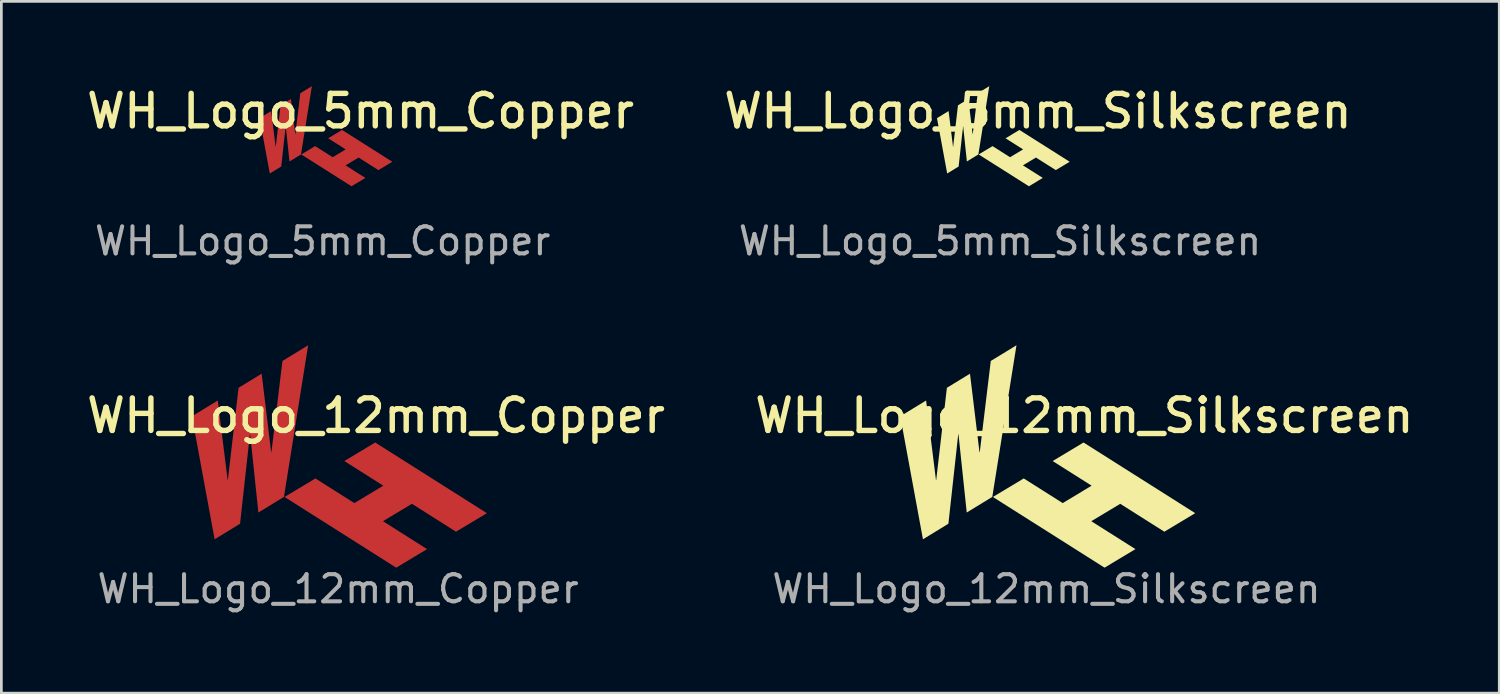
<source format=kicad_pcb>
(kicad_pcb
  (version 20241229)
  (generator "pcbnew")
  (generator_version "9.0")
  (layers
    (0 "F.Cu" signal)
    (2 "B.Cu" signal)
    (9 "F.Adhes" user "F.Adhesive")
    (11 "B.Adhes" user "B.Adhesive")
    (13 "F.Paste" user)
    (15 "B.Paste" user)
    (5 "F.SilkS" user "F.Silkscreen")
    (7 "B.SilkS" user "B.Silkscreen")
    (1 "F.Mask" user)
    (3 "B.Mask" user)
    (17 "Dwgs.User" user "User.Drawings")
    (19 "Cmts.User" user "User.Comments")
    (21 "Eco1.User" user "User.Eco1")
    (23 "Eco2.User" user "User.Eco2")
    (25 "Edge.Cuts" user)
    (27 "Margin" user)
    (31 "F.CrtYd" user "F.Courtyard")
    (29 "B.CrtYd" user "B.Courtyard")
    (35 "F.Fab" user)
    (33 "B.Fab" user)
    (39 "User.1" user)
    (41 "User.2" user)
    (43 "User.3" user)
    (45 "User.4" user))
  (footprint "WH_Logo_12mm_Copper"
    (layer "F.Cu")
    (at 9.437 13.301)
    (property "Reference" "WH_Logo_12mm_Copper" (at 1.4 -1 0) (unlocked yes) (layer "F.SilkS") (effects (font (size 1.2 1.2) (thickness 0.2))))
    (attr smd)
    (fp_poly (pts (xy 5.494 2.601) (xy 4.354 3.286) (xy 2.725 2.255) (xy 1.657 2.898) (xy 3.286 3.929) (xy 2.146 4.614) (xy -1.978 2.003) (xy -0.839 1.318) (xy 0.6 2.229) (xy 1.668 1.586) (xy 0.23 0.676) (xy 1.369 -0.009)) (stroke (width 0) (type solid)) (fill yes) (layer "F.Cu"))
    (fp_poly (pts (xy -2 2) (xy -2.944 2.577) (xy -3.249 -0.316) (xy -3.258 -0.311) (xy -3.621 2.991) (xy -4.561 3.566) (xy -5.398 -0.977) (xy -4.445 -1.559) (xy -4.08 1.381) (xy -4.071 1.376) (xy -3.677 -2.029) (xy -2.824 -2.55) (xy -2.472 0.357) (xy -2.463 0.351) (xy -2.056 -3.02) (xy -1.107 -3.6)) (stroke (width 0) (type solid)) (fill yes) (layer "F.Cu"))
    (fp_text user "${REFERENCE}" (at 0 5.4 0) (unlocked yes) (layer "F.Fab") (effects (font (size 1 1) (thickness 0.15)))))
  (footprint "WH_Logo_12mm_Silkscreen"
    (layer "F.Cu")
    (at 35.597 13.301)
    (property "Reference" "WH_Logo_12mm_Silkscreen" (at 1.4 -1 0) (unlocked yes) (layer "F.SilkS") (effects (font (size 1.2 1.2) (thickness 0.2))))
    (attr smd)
    (fp_poly (pts (xy 5.494 2.601) (xy 4.354 3.286) (xy 2.725 2.255) (xy 1.657 2.898) (xy 3.286 3.929) (xy 2.146 4.614) (xy -1.978 2.003) (xy -0.839 1.318) (xy 0.6 2.229) (xy 1.668 1.586) (xy 0.23 0.676) (xy 1.369 -0.009)) (stroke (width 0) (type solid)) (fill yes) (layer "F.SilkS"))
    (fp_poly (pts (xy -2 2) (xy -2.944 2.577) (xy -3.249 -0.316) (xy -3.258 -0.311) (xy -3.621 2.991) (xy -4.561 3.566) (xy -5.398 -0.977) (xy -4.445 -1.559) (xy -4.08 1.381) (xy -4.071 1.376) (xy -3.677 -2.029) (xy -2.824 -2.55) (xy -2.472 0.357) (xy -2.463 0.351) (xy -2.056 -3.02) (xy -1.107 -3.6)) (stroke (width 0) (type solid)) (fill yes) (layer "F.SilkS"))
    (fp_text user "${REFERENCE}" (at 0 5.4 0) (unlocked yes) (layer "F.Fab") (effects (font (size 1 1) (thickness 0.15)))))
  (footprint "WH_Logo_5mm_Copper"
    (layer "F.Cu")
    (at 8.866 2.053)
    (property "Reference" "WH_Logo_5mm_Copper" (at 1.4 -1 0) (unlocked yes) (layer "F.SilkS") (effects (font (size 1.2 1.2) (thickness 0.2))))
    (attr smd)
    (fp_poly (pts (xy 2.572 0.871) (xy 2.059 1.179) (xy 1.326 0.715) (xy 0.845 1.004) (xy 1.579 1.468) (xy 1.066 1.776) (xy -0.79 0.601) (xy -0.277 0.293) (xy 0.37 0.703) (xy 0.851 0.414) (xy 0.203 0.004) (xy 0.716 -0.304)) (stroke (width 0) (type solid)) (fill yes) (layer "F.Cu"))
    (fp_poly (pts (xy -0.8 0.6) (xy -1.225 0.86) (xy -1.362 -0.442) (xy -1.366 -0.44) (xy -1.529 1.046) (xy -1.952 1.304) (xy -2.329 -0.74) (xy -1.9 -1.002) (xy -1.736 0.322) (xy -1.732 0.319) (xy -1.554 -1.213) (xy -1.171 -1.448) (xy -1.012 -0.139) (xy -1.008 -0.142) (xy -0.825 -1.659) (xy -0.398 -1.92)) (stroke (width 0) (type solid)) (fill yes) (layer "F.Cu"))
    (fp_text user "${REFERENCE}" (at 0 3.8 0) (unlocked yes) (layer "F.Fab") (effects (font (size 1 1) (thickness 0.15)))))
  (footprint "WH_Logo_5mm_Silkscreen"
    (layer "F.Cu")
    (at 33.883 2.053)
    (property "Reference" "WH_Logo_5mm_Silkscreen" (at 1.4 -1 0) (unlocked yes) (layer "F.SilkS") (effects (font (size 1.2 1.2) (thickness 0.2))))
    (attr smd)
    (fp_poly (pts (xy 2.572 0.871) (xy 2.059 1.179) (xy 1.326 0.715) (xy 0.845 1.004) (xy 1.579 1.468) (xy 1.066 1.776) (xy -0.79 0.601) (xy -0.277 0.293) (xy 0.37 0.703) (xy 0.851 0.414) (xy 0.203 0.004) (xy 0.716 -0.304)) (stroke (width 0) (type solid)) (fill yes) (layer "F.SilkS"))
    (fp_poly (pts (xy -0.8 0.6) (xy -1.225 0.86) (xy -1.362 -0.442) (xy -1.366 -0.44) (xy -1.529 1.046) (xy -1.952 1.304) (xy -2.329 -0.74) (xy -1.9 -1.002) (xy -1.736 0.322) (xy -1.732 0.319) (xy -1.554 -1.213) (xy -1.171 -1.448) (xy -1.012 -0.139) (xy -1.008 -0.142) (xy -0.825 -1.659) (xy -0.398 -1.92)) (stroke (width 0) (type solid)) (fill yes) (layer "F.SilkS"))
    (fp_text user "${REFERENCE}" (at 0 3.8 0) (unlocked yes) (layer "F.Fab") (effects (font (size 1 1) (thickness 0.15)))))
  (gr_rect
    (start -3 -3)
    (end 52.32 22.549)
    (stroke (width 0.1) (type default))
    (fill no)
    (layer "Edge.Cuts")))
</source>
